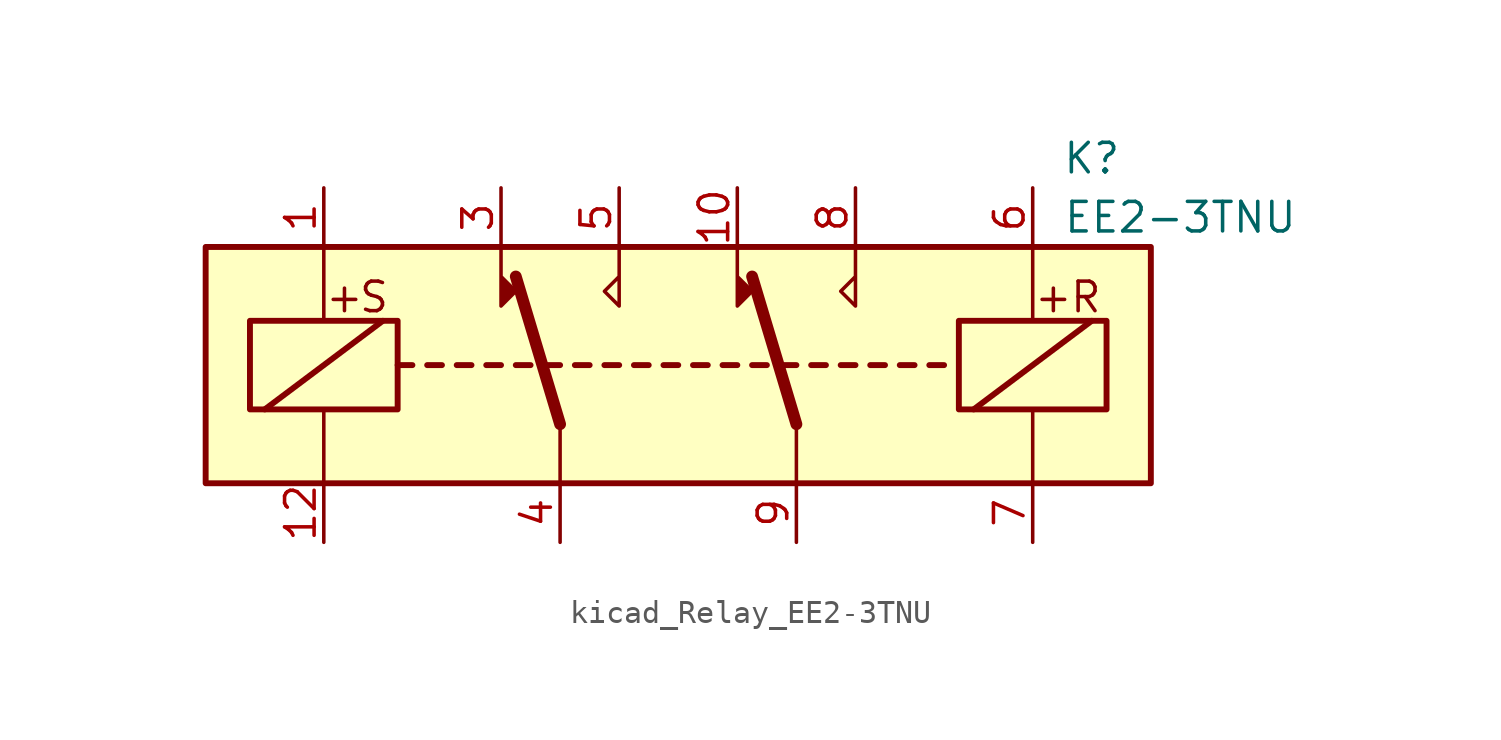
<source format=kicad_sym>
(kicad_symbol_lib
  (version 20220914)
  (generator kicad_symbol_editor)
  (symbol "kicad_Relay_EE2-3TNU"
    (property "Reference" "K"
      (at 17.78 8.89 0)
      (effects (font (size 1.27 1.27))))
    (property "Value" "EE2-3TNU"
      (at 21.59 6.35 0)
      (effects (font (size 1.27 1.27))))
    (symbol "kicad_Relay_EE2-3TNU_1_1"
      (rectangle (start -20.32 5.08) (end 20.32 -5.08) (stroke (width 0.254) (type default)) (fill (type background)))
      (rectangle (start -18.415 1.905) (end -12.065 -1.905) (stroke (width 0.254) (type default)) (fill (type none)))
      (polyline (pts (xy -17.78 -1.905) (xy -12.7 1.905)) (stroke (width 0.254) (type default)) (fill (type none)))
      (polyline (pts (xy -15.24 -5.08) (xy -15.24 -1.905)) (stroke (width 0) (type default)) (fill (type none)))
      (polyline (pts (xy -15.24 5.08) (xy -15.24 1.905)) (stroke (width 0) (type default)) (fill (type none)))
      (polyline (pts (xy -12.065 0) (xy -11.43 0)) (stroke (width 0.254) (type default)) (fill (type none)))
      (polyline (pts (xy -10.795 0) (xy -10.16 0)) (stroke (width 0.254) (type default)) (fill (type none)))
      (polyline (pts (xy -9.525 0) (xy -8.89 0)) (stroke (width 0.254) (type default)) (fill (type none)))
      (polyline (pts (xy -8.255 0) (xy -7.62 0)) (stroke (width 0.254) (type default)) (fill (type none)))
      (polyline (pts (xy -6.985 0) (xy -6.35 0)) (stroke (width 0.254) (type default)) (fill (type none)))
      (polyline (pts (xy -5.715 0) (xy -5.08 0)) (stroke (width 0.254) (type default)) (fill (type none)))
      (polyline (pts (xy -5.08 -2.54) (xy -6.985 3.81)) (stroke (width 0.508) (type default)) (fill (type none)))
      (polyline (pts (xy -5.08 -2.54) (xy -5.08 -5.08)) (stroke (width 0) (type default)) (fill (type none)))
      (polyline (pts (xy -4.445 0) (xy -3.81 0)) (stroke (width 0.254) (type default)) (fill (type none)))
      (polyline (pts (xy -3.175 0) (xy -2.54 0)) (stroke (width 0.254) (type default)) (fill (type none)))
      (polyline (pts (xy -1.905 0) (xy -1.27 0)) (stroke (width 0.254) (type default)) (fill (type none)))
      (polyline (pts (xy -0.635 0) (xy 0 0)) (stroke (width 0.254) (type default)) (fill (type none)))
      (polyline (pts (xy 0.635 0) (xy 1.27 0)) (stroke (width 0.254) (type default)) (fill (type none)))
      (polyline (pts (xy 1.905 0) (xy 2.54 0)) (stroke (width 0.254) (type default)) (fill (type none)))
      (polyline (pts (xy 3.175 0) (xy 3.81 0)) (stroke (width 0.254) (type default)) (fill (type none)))
      (polyline (pts (xy 4.445 0) (xy 5.08 0)) (stroke (width 0.254) (type default)) (fill (type none)))
      (polyline (pts (xy 5.08 -2.54) (xy 3.175 3.81)) (stroke (width 0.508) (type default)) (fill (type none)))
      (polyline (pts (xy 5.08 -2.54) (xy 5.08 -5.08)) (stroke (width 0) (type default)) (fill (type none)))
      (polyline (pts (xy 5.715 0) (xy 6.35 0)) (stroke (width 0.254) (type default)) (fill (type none)))
      (polyline (pts (xy 6.985 0) (xy 7.62 0)) (stroke (width 0.254) (type default)) (fill (type none)))
      (polyline (pts (xy 8.255 0) (xy 8.89 0)) (stroke (width 0.254) (type default)) (fill (type none)))
      (polyline (pts (xy 9.525 0) (xy 10.16 0)) (stroke (width 0.254) (type default)) (fill (type none)))
      (polyline (pts (xy 10.795 0) (xy 11.43 0)) (stroke (width 0.254) (type default)) (fill (type none)))
      (polyline (pts (xy 12.7 -1.905) (xy 17.78 1.905)) (stroke (width 0.254) (type default)) (fill (type none)))
      (polyline (pts (xy 15.24 -5.08) (xy 15.24 -1.905)) (stroke (width 0) (type default)) (fill (type none)))
      (polyline (pts (xy 15.24 5.08) (xy 15.24 1.905)) (stroke (width 0) (type default)) (fill (type none)))
      (polyline (pts (xy -7.62 5.08) (xy -7.62 2.54) (xy -6.985 3.175) (xy -7.62 3.81)) (stroke (width 0) (type default)) (fill (type outline)))
      (polyline (pts (xy -2.54 5.08) (xy -2.54 2.54) (xy -3.175 3.175) (xy -2.54 3.81)) (stroke (width 0) (type default)) (fill (type none)))
      (polyline (pts (xy 2.54 5.08) (xy 2.54 2.54) (xy 3.175 3.175) (xy 2.54 3.81)) (stroke (width 0) (type default)) (fill (type outline)))
      (polyline (pts (xy 7.62 5.08) (xy 7.62 2.54) (xy 6.985 3.175) (xy 7.62 3.81)) (stroke (width 0) (type default)) (fill (type none)))
      (rectangle (start 12.065 1.905) (end 18.415 -1.905) (stroke (width 0.254) (type default)) (fill (type none)))
      (text "+" (at -14.351 2.921 0) (effects (font (size 1.27 1.27))))
      (text "+" (at 16.129 2.921 0) (effects (font (size 1.27 1.27))))
      (text "R" (at 17.526 2.921 0) (effects (font (size 1.27 1.27))))
      (text "S" (at -13.081 2.921 0) (effects (font (size 1.27 1.27))))
      (pin passive line (at -15.24 7.62 270) (length 2.54) (name "~" (effects (font (size 1.27 1.27)))) (number "1" (effects (font (size 1.27 1.27)))))
      (pin passive line (at 2.54 7.62 270) (length 2.54) (name "~" (effects (font (size 1.27 1.27)))) (number "10" (effects (font (size 1.27 1.27)))))
      (pin passive line (at -15.24 -7.62 90) (length 2.54) (name "~" (effects (font (size 1.27 1.27)))) (number "12" (effects (font (size 1.27 1.27)))))
      (pin passive line (at -7.62 7.62 270) (length 2.54) (name "~" (effects (font (size 1.27 1.27)))) (number "3" (effects (font (size 1.27 1.27)))))
      (pin passive line (at -5.08 -7.62 90) (length 2.54) (name "~" (effects (font (size 1.27 1.27)))) (number "4" (effects (font (size 1.27 1.27)))))
      (pin passive line (at -2.54 7.62 270) (length 2.54) (name "~" (effects (font (size 1.27 1.27)))) (number "5" (effects (font (size 1.27 1.27)))))
      (pin passive line (at 15.24 7.62 270) (length 2.54) (name "~" (effects (font (size 1.27 1.27)))) (number "6" (effects (font (size 1.27 1.27)))))
      (pin passive line (at 15.24 -7.62 90) (length 2.54) (name "~" (effects (font (size 1.27 1.27)))) (number "7" (effects (font (size 1.27 1.27)))))
      (pin passive line (at 7.62 7.62 270) (length 2.54) (name "~" (effects (font (size 1.27 1.27)))) (number "8" (effects (font (size 1.27 1.27)))))
      (pin passive line (at 5.08 -7.62 90) (length 2.54) (name "~" (effects (font (size 1.27 1.27)))) (number "9" (effects (font (size 1.27 1.27))))))))
</source>
